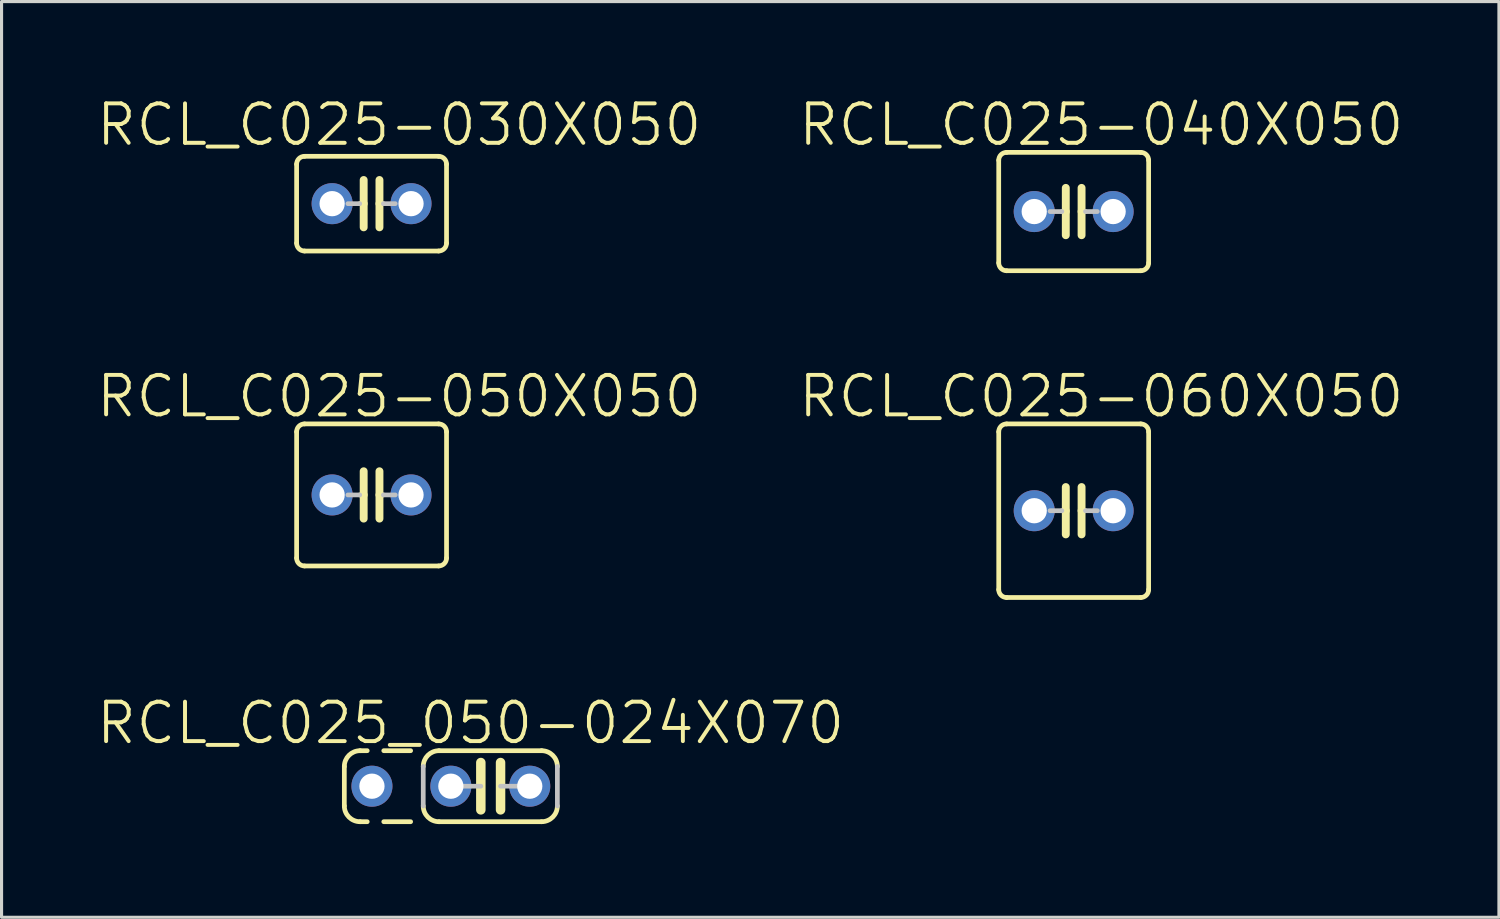
<source format=kicad_pcb>
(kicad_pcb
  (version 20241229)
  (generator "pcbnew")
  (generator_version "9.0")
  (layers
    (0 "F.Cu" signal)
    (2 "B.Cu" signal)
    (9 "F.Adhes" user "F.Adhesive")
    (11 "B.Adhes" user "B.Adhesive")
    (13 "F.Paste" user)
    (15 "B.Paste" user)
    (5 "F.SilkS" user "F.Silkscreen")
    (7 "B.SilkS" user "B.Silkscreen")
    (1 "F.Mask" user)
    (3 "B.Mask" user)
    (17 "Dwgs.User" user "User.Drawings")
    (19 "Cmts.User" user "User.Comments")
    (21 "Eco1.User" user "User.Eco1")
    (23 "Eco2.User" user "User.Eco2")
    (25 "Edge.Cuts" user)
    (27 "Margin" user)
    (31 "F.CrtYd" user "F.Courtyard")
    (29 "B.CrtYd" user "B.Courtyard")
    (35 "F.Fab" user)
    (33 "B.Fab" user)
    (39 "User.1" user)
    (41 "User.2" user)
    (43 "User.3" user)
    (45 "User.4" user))
  (footprint "RCL_C025_050-024X070"
    (layer "F.Cu")
    (at 12.733 22.258)
    (property "Reference" "RCL_C025_050-024X070" (at -0.635 -2.032 0) (layer "F.SilkS") (effects (font (size 1.27 1.27) (thickness 0.127))))
    (attr exclude_from_pos_files exclude_from_bom)
    (fp_line (start -4.699 0.635) (end -4.699 -0.635) (stroke (width 0.152) (type solid)) (layer "F.SilkS"))
    (fp_line (start -4.191 -1.143) (end -3.962 -1.143) (stroke (width 0.152) (type solid)) (layer "F.SilkS"))
    (fp_line (start -4.191 1.143) (end -3.962 1.143) (stroke (width 0.152) (type solid)) (layer "F.SilkS"))
    (fp_line (start -3.429 -1.143) (end -2.565 -1.143) (stroke (width 0.152) (type solid)) (layer "F.SilkS"))
    (fp_line (start -3.429 1.143) (end -2.565 1.143) (stroke (width 0.152) (type solid)) (layer "F.SilkS"))
    (fp_line (start -0.305 -0.762) (end -0.305 0.762) (stroke (width 0.305) (type solid)) (layer "F.SilkS"))
    (fp_line (start 0.33 -0.762) (end 0.33 0.762) (stroke (width 0.305) (type solid)) (layer "F.SilkS"))
    (fp_line (start 1.651 -1.143) (end -1.651 -1.143) (stroke (width 0.152) (type solid)) (layer "F.SilkS"))
    (fp_line (start 1.651 1.143) (end -1.651 1.143) (stroke (width 0.152) (type solid)) (layer "F.SilkS"))
    (fp_arc (start -4.699 -0.635) (mid -4.55021 -0.99421) (end -4.191 -1.143) (stroke (width 0.1524) (type solid)) (layer "F.SilkS"))
    (fp_arc (start -4.191 1.143) (mid -4.55021 0.99421) (end -4.699 0.635) (stroke (width 0.1524) (type solid)) (layer "F.SilkS"))
    (fp_arc (start -2.159 -0.635) (mid -2.01021 -0.99421) (end -1.651 -1.143) (stroke (width 0.1524) (type solid)) (layer "F.SilkS"))
    (fp_arc (start -1.651 1.143) (mid -2.01021 0.99421) (end -2.159 0.635) (stroke (width 0.1524) (type solid)) (layer "F.SilkS"))
    (fp_arc (start 1.651 -1.143) (mid 2.01021 -0.99421) (end 2.159 -0.635) (stroke (width 0.1524) (type solid)) (layer "F.SilkS"))
    (fp_arc (start 2.159 0.635) (mid 2.01021 0.99421) (end 1.651 1.143) (stroke (width 0.1524) (type solid)) (layer "F.SilkS"))
    (fp_line (start -2.159 0.635) (end -2.159 -0.635) (stroke (width 0.152) (type solid)) (layer "Dwgs.User"))
    (fp_line (start -1.27 0) (end -0.305 0) (stroke (width 0.152) (type solid)) (layer "Dwgs.User"))
    (fp_line (start 1.27 0) (end 0.33 0) (stroke (width 0.152) (type solid)) (layer "Dwgs.User"))
    (fp_line (start 2.159 0.635) (end 2.159 -0.635) (stroke (width 0.152) (type solid)) (layer "Dwgs.User"))
    (pad "1" thru_hole circle (at -3.81 0) (size 1.321 1.321) (drill 0.813) (layers "*.Cu" "*.Paste" "*.Mask"))
    (pad "2" thru_hole circle (at -1.27 0) (size 1.321 1.321) (drill 0.813) (layers "*.Cu" "*.Paste" "*.Mask"))
    (pad "3" thru_hole circle (at 1.27 0) (size 1.321 1.321) (drill 0.813) (layers "*.Cu" "*.Paste" "*.Mask")))
  (footprint "RCL_C025-050X050"
    (layer "F.Cu")
    (at 8.911 12.882)
    (property "Reference" "RCL_C025-050X050" (at 0.889 -3.175 0) (layer "F.SilkS") (effects (font (size 1.27 1.27) (thickness 0.127))))
    (attr exclude_from_pos_files exclude_from_bom)
    (fp_line (start -2.413 -2.032) (end -2.413 2.032) (stroke (width 0.152) (type solid)) (layer "F.SilkS"))
    (fp_line (start -2.159 -2.286) (end 2.159 -2.286) (stroke (width 0.152) (type solid)) (layer "F.SilkS"))
    (fp_line (start -0.254 -0.762) (end -0.254 0) (stroke (width 0.254) (type solid)) (layer "F.SilkS"))
    (fp_line (start -0.254 0) (end -0.381 0) (stroke (width 0.152) (type solid)) (layer "F.SilkS"))
    (fp_line (start -0.254 0) (end -0.254 0.762) (stroke (width 0.254) (type solid)) (layer "F.SilkS"))
    (fp_line (start 0.254 0) (end 0.254 -0.762) (stroke (width 0.254) (type solid)) (layer "F.SilkS"))
    (fp_line (start 0.254 0) (end 0.254 0.762) (stroke (width 0.254) (type solid)) (layer "F.SilkS"))
    (fp_line (start 0.381 0) (end 0.254 0) (stroke (width 0.152) (type solid)) (layer "F.SilkS"))
    (fp_line (start 2.159 2.286) (end -2.159 2.286) (stroke (width 0.152) (type solid)) (layer "F.SilkS"))
    (fp_line (start 2.413 -2.032) (end 2.413 2.032) (stroke (width 0.152) (type solid)) (layer "F.SilkS"))
    (fp_arc (start -2.413 -2.032) (mid -2.338605 -2.211605) (end -2.159 -2.286) (stroke (width 0.1524) (type solid)) (layer "F.SilkS"))
    (fp_arc (start -2.159 2.286) (mid -2.338605 2.211605) (end -2.413 2.032) (stroke (width 0.1524) (type solid)) (layer "F.SilkS"))
    (fp_arc (start 2.159 -2.286) (mid 2.338605 -2.211605) (end 2.413 -2.032) (stroke (width 0.1524) (type solid)) (layer "F.SilkS"))
    (fp_arc (start 2.413 2.032) (mid 2.338605 2.211605) (end 2.159 2.286) (stroke (width 0.1524) (type solid)) (layer "F.SilkS"))
    (fp_line (start -0.381 0) (end -0.762 0) (stroke (width 0.152) (type solid)) (layer "Dwgs.User"))
    (fp_line (start 0.762 0) (end 0.381 0) (stroke (width 0.152) (type solid)) (layer "Dwgs.User"))
    (pad "1" thru_hole circle (at -1.27 0) (size 1.321 1.321) (drill 0.813) (layers "*.Cu" "*.Paste" "*.Mask"))
    (pad "2" thru_hole circle (at 1.27 0) (size 1.321 1.321) (drill 0.813) (layers "*.Cu" "*.Paste" "*.Mask")))
  (footprint "RCL_C025-040X050"
    (layer "F.Cu")
    (at 31.512 3.76)
    (property "Reference" "RCL_C025-040X050" (at 0.889 -2.794 0) (layer "F.SilkS") (effects (font (size 1.27 1.27) (thickness 0.127))))
    (attr exclude_from_pos_files exclude_from_bom)
    (fp_line (start -2.413 -1.651) (end -2.413 1.651) (stroke (width 0.152) (type solid)) (layer "F.SilkS"))
    (fp_line (start -2.159 -1.905) (end 2.159 -1.905) (stroke (width 0.152) (type solid)) (layer "F.SilkS"))
    (fp_line (start -0.254 -0.762) (end -0.254 0) (stroke (width 0.254) (type solid)) (layer "F.SilkS"))
    (fp_line (start -0.254 0) (end -0.381 0) (stroke (width 0.152) (type solid)) (layer "F.SilkS"))
    (fp_line (start -0.254 0) (end -0.254 0.762) (stroke (width 0.254) (type solid)) (layer "F.SilkS"))
    (fp_line (start 0.254 0) (end 0.254 -0.762) (stroke (width 0.254) (type solid)) (layer "F.SilkS"))
    (fp_line (start 0.254 0) (end 0.254 0.762) (stroke (width 0.254) (type solid)) (layer "F.SilkS"))
    (fp_line (start 0.381 0) (end 0.254 0) (stroke (width 0.152) (type solid)) (layer "F.SilkS"))
    (fp_line (start 2.159 1.905) (end -2.159 1.905) (stroke (width 0.152) (type solid)) (layer "F.SilkS"))
    (fp_line (start 2.413 -1.651) (end 2.413 1.651) (stroke (width 0.152) (type solid)) (layer "F.SilkS"))
    (fp_arc (start -2.413 -1.651) (mid -2.338605 -1.830605) (end -2.159 -1.905) (stroke (width 0.1524) (type solid)) (layer "F.SilkS"))
    (fp_arc (start -2.159 1.905) (mid -2.338605 1.830605) (end -2.413 1.651) (stroke (width 0.1524) (type solid)) (layer "F.SilkS"))
    (fp_arc (start 2.159 -1.905) (mid 2.338605 -1.830605) (end 2.413 -1.651) (stroke (width 0.1524) (type solid)) (layer "F.SilkS"))
    (fp_arc (start 2.413 1.651) (mid 2.338605 1.830605) (end 2.159 1.905) (stroke (width 0.1524) (type solid)) (layer "F.SilkS"))
    (fp_line (start -0.381 0) (end -0.762 0) (stroke (width 0.152) (type solid)) (layer "Dwgs.User"))
    (fp_line (start 0.762 0) (end 0.381 0) (stroke (width 0.152) (type solid)) (layer "Dwgs.User"))
    (pad "1" thru_hole circle (at -1.27 0) (size 1.321 1.321) (drill 0.813) (layers "*.Cu" "*.Paste" "*.Mask"))
    (pad "2" thru_hole circle (at 1.27 0) (size 1.321 1.321) (drill 0.813) (layers "*.Cu" "*.Paste" "*.Mask")))
  (footprint "RCL_C025-030X050"
    (layer "F.Cu")
    (at 8.911 3.506)
    (property "Reference" "RCL_C025-030X050" (at 0.889 -2.54 0) (layer "F.SilkS") (effects (font (size 1.27 1.27) (thickness 0.127))))
    (attr exclude_from_pos_files exclude_from_bom)
    (fp_line (start -2.413 -1.27) (end -2.413 1.27) (stroke (width 0.152) (type solid)) (layer "F.SilkS"))
    (fp_line (start -2.159 -1.524) (end 2.159 -1.524) (stroke (width 0.152) (type solid)) (layer "F.SilkS"))
    (fp_line (start -0.254 -0.762) (end -0.254 0) (stroke (width 0.254) (type solid)) (layer "F.SilkS"))
    (fp_line (start -0.254 0) (end -0.381 0) (stroke (width 0.152) (type solid)) (layer "F.SilkS"))
    (fp_line (start -0.254 0) (end -0.254 0.762) (stroke (width 0.254) (type solid)) (layer "F.SilkS"))
    (fp_line (start 0.254 0) (end 0.254 -0.762) (stroke (width 0.254) (type solid)) (layer "F.SilkS"))
    (fp_line (start 0.254 0) (end 0.254 0.762) (stroke (width 0.254) (type solid)) (layer "F.SilkS"))
    (fp_line (start 0.381 0) (end 0.254 0) (stroke (width 0.152) (type solid)) (layer "F.SilkS"))
    (fp_line (start 2.159 1.524) (end -2.159 1.524) (stroke (width 0.152) (type solid)) (layer "F.SilkS"))
    (fp_line (start 2.413 -1.27) (end 2.413 1.27) (stroke (width 0.152) (type solid)) (layer "F.SilkS"))
    (fp_arc (start -2.413 -1.27) (mid -2.338605 -1.449605) (end -2.159 -1.524) (stroke (width 0.1524) (type solid)) (layer "F.SilkS"))
    (fp_arc (start -2.159 1.524) (mid -2.338605 1.449605) (end -2.413 1.27) (stroke (width 0.1524) (type solid)) (layer "F.SilkS"))
    (fp_arc (start 2.159 -1.524) (mid 2.338605 -1.449605) (end 2.413 -1.27) (stroke (width 0.1524) (type solid)) (layer "F.SilkS"))
    (fp_arc (start 2.413 1.27) (mid 2.338605 1.449605) (end 2.159 1.524) (stroke (width 0.1524) (type solid)) (layer "F.SilkS"))
    (fp_line (start -0.381 0) (end -0.762 0) (stroke (width 0.152) (type solid)) (layer "Dwgs.User"))
    (fp_line (start 0.762 0) (end 0.381 0) (stroke (width 0.152) (type solid)) (layer "Dwgs.User"))
    (pad "1" thru_hole circle (at -1.27 0) (size 1.321 1.321) (drill 0.813) (layers "*.Cu" "*.Paste" "*.Mask"))
    (pad "2" thru_hole circle (at 1.27 0) (size 1.321 1.321) (drill 0.813) (layers "*.Cu" "*.Paste" "*.Mask")))
  (footprint "RCL_C025-060X050"
    (layer "F.Cu")
    (at 31.512 13.39)
    (property "Reference" "RCL_C025-060X050" (at 0.889 -3.683 0) (layer "F.SilkS") (effects (font (size 1.27 1.27) (thickness 0.127))))
    (attr exclude_from_pos_files exclude_from_bom)
    (fp_line (start -2.413 -2.54) (end -2.413 2.54) (stroke (width 0.152) (type solid)) (layer "F.SilkS"))
    (fp_line (start -2.159 -2.794) (end 2.159 -2.794) (stroke (width 0.152) (type solid)) (layer "F.SilkS"))
    (fp_line (start -0.254 -0.762) (end -0.254 0) (stroke (width 0.254) (type solid)) (layer "F.SilkS"))
    (fp_line (start -0.254 0) (end -0.381 0) (stroke (width 0.152) (type solid)) (layer "F.SilkS"))
    (fp_line (start -0.254 0) (end -0.254 0.762) (stroke (width 0.254) (type solid)) (layer "F.SilkS"))
    (fp_line (start 0.254 0) (end 0.254 -0.762) (stroke (width 0.254) (type solid)) (layer "F.SilkS"))
    (fp_line (start 0.254 0) (end 0.254 0.762) (stroke (width 0.254) (type solid)) (layer "F.SilkS"))
    (fp_line (start 0.381 0) (end 0.254 0) (stroke (width 0.152) (type solid)) (layer "F.SilkS"))
    (fp_line (start 2.159 2.794) (end -2.159 2.794) (stroke (width 0.152) (type solid)) (layer "F.SilkS"))
    (fp_line (start 2.413 -2.54) (end 2.413 2.54) (stroke (width 0.152) (type solid)) (layer "F.SilkS"))
    (fp_arc (start -2.413 -2.54) (mid -2.338605 -2.719605) (end -2.159 -2.794) (stroke (width 0.1524) (type solid)) (layer "F.SilkS"))
    (fp_arc (start -2.159 2.794) (mid -2.338605 2.719605) (end -2.413 2.54) (stroke (width 0.1524) (type solid)) (layer "F.SilkS"))
    (fp_arc (start 2.159 -2.794) (mid 2.338605 -2.719605) (end 2.413 -2.54) (stroke (width 0.1524) (type solid)) (layer "F.SilkS"))
    (fp_arc (start 2.413 2.54) (mid 2.338605 2.719605) (end 2.159 2.794) (stroke (width 0.1524) (type solid)) (layer "F.SilkS"))
    (fp_line (start -0.381 0) (end -0.762 0) (stroke (width 0.152) (type solid)) (layer "Dwgs.User"))
    (fp_line (start 0.762 0) (end 0.381 0) (stroke (width 0.152) (type solid)) (layer "Dwgs.User"))
    (pad "1" thru_hole circle (at -1.27 0) (size 1.321 1.321) (drill 0.813) (layers "*.Cu" "*.Paste" "*.Mask"))
    (pad "2" thru_hole circle (at 1.27 0) (size 1.321 1.321) (drill 0.813) (layers "*.Cu" "*.Paste" "*.Mask")))
  (gr_rect
    (start -3 -3)
    (end 45.201 26.477)
    (stroke (width 0.1) (type default))
    (fill no)
    (layer "Edge.Cuts")))
</source>
